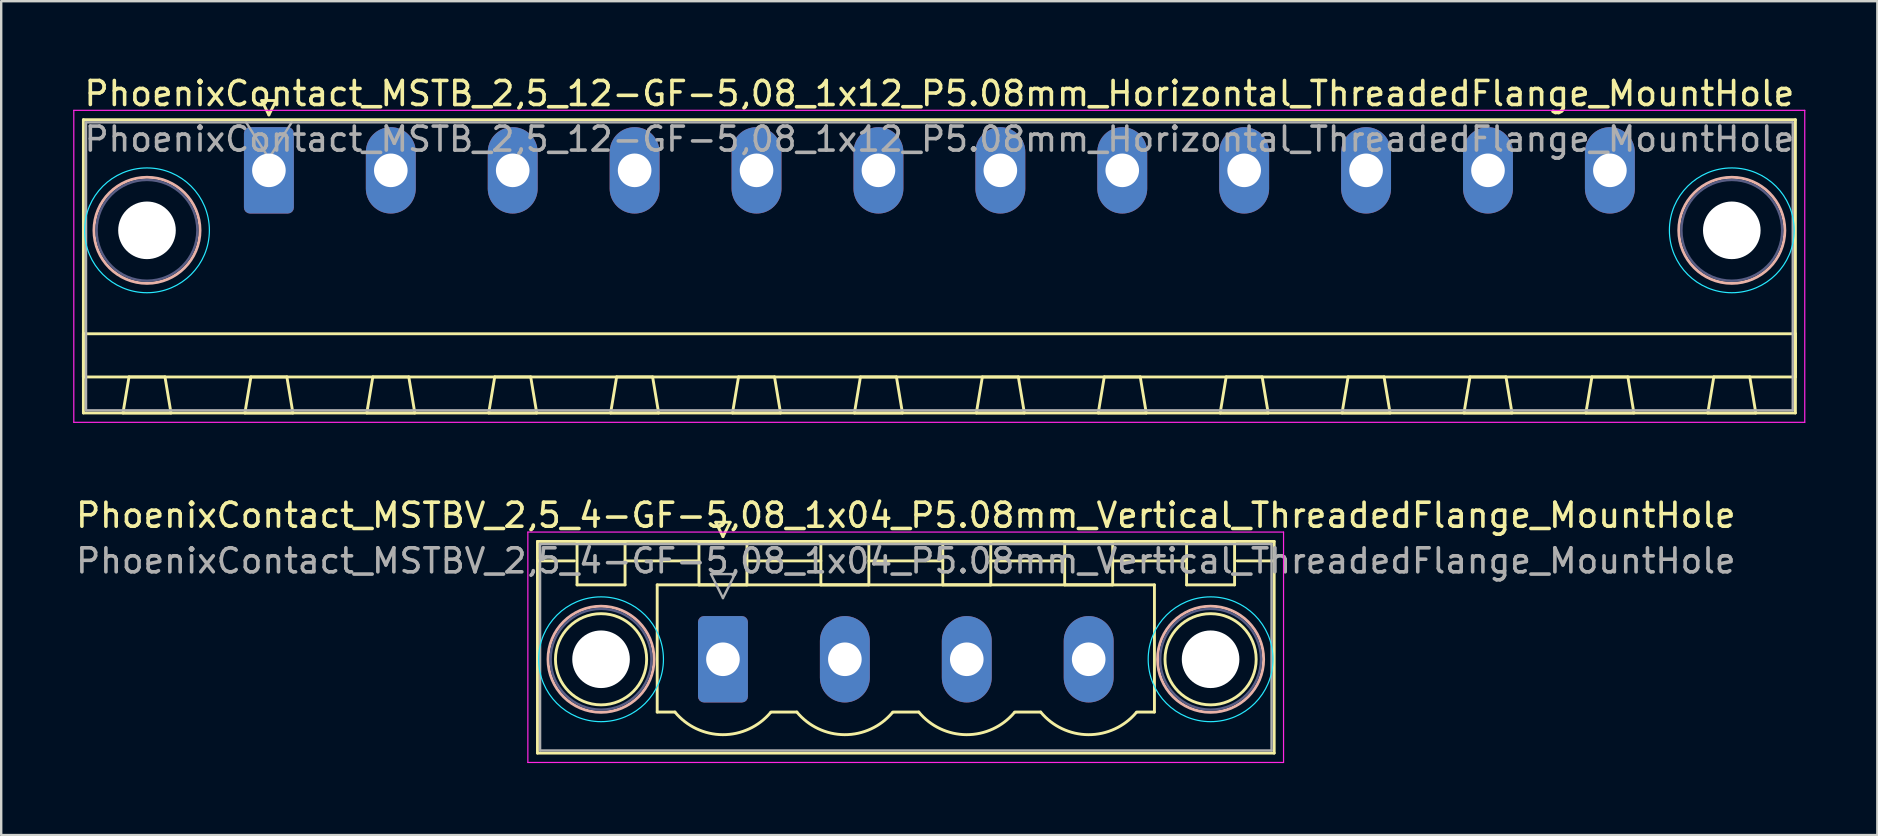
<source format=kicad_pcb>
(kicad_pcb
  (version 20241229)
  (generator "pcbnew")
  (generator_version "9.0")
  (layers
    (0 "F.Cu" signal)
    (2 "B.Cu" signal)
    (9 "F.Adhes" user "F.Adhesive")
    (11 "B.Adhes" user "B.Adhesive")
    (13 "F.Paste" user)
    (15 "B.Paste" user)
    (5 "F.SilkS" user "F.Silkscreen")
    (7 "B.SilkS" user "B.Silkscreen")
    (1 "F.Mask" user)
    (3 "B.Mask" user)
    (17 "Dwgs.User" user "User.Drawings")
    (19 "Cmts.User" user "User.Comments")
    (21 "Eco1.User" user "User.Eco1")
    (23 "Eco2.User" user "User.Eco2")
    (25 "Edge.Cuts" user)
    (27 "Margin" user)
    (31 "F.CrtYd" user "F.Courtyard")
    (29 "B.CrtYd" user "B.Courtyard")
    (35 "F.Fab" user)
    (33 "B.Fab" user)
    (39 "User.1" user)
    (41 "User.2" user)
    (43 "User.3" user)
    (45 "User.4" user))
  (footprint "PhoenixContact_MSTB_2,5_12-GF-5,08_1x12_P5.08mm_Horizontal_ThreadedFlange_MountHole"
    (layer "F.Cu")
    (at 8.155 4.048)
    (property "Reference" "PhoenixContact_MSTB_2,5_12-GF-5,08_1x12_P5.08mm_Horizontal_ThreadedFlange_MountHole" (at 27.94 -3.2 0) (layer "F.SilkS") (effects (font (size 1 1) (thickness 0.15))))
    (attr through_hole)
    (fp_line (start -7.73 -2.11) (end -7.73 10.11) (stroke (width 0.12) (type solid)) (layer "F.SilkS"))
    (fp_line (start -7.73 6.81) (end 63.61 6.81) (stroke (width 0.12) (type solid)) (layer "F.SilkS"))
    (fp_line (start -7.73 8.61) (end -7.73 6.81) (stroke (width 0.12) (type solid)) (layer "F.SilkS"))
    (fp_line (start -7.73 10.11) (end 63.61 10.11) (stroke (width 0.12) (type solid)) (layer "F.SilkS"))
    (fp_line (start -6.08 10.11) (end -4.08 10.11) (stroke (width 0.12) (type solid)) (layer "F.SilkS"))
    (fp_line (start -5.83 8.61) (end -6.08 10.11) (stroke (width 0.12) (type solid)) (layer "F.SilkS"))
    (fp_line (start -4.33 8.61) (end -5.83 8.61) (stroke (width 0.12) (type solid)) (layer "F.SilkS"))
    (fp_line (start -4.08 10.11) (end -4.33 8.61) (stroke (width 0.12) (type solid)) (layer "F.SilkS"))
    (fp_line (start -1 10.11) (end 1 10.11) (stroke (width 0.12) (type solid)) (layer "F.SilkS"))
    (fp_line (start -0.75 8.61) (end -1 10.11) (stroke (width 0.12) (type solid)) (layer "F.SilkS"))
    (fp_line (start -0.3 -2.91) (end 0.3 -2.91) (stroke (width 0.12) (type solid)) (layer "F.SilkS"))
    (fp_line (start 0 -2.31) (end -0.3 -2.91) (stroke (width 0.12) (type solid)) (layer "F.SilkS"))
    (fp_line (start 0.3 -2.91) (end 0 -2.31) (stroke (width 0.12) (type solid)) (layer "F.SilkS"))
    (fp_line (start 0.75 8.61) (end -0.75 8.61) (stroke (width 0.12) (type solid)) (layer "F.SilkS"))
    (fp_line (start 1 10.11) (end 0.75 8.61) (stroke (width 0.12) (type solid)) (layer "F.SilkS"))
    (fp_line (start 4.08 10.11) (end 6.08 10.11) (stroke (width 0.12) (type solid)) (layer "F.SilkS"))
    (fp_line (start 4.33 8.61) (end 4.08 10.11) (stroke (width 0.12) (type solid)) (layer "F.SilkS"))
    (fp_line (start 5.83 8.61) (end 4.33 8.61) (stroke (width 0.12) (type solid)) (layer "F.SilkS"))
    (fp_line (start 6.08 10.11) (end 5.83 8.61) (stroke (width 0.12) (type solid)) (layer "F.SilkS"))
    (fp_line (start 9.16 10.11) (end 11.16 10.11) (stroke (width 0.12) (type solid)) (layer "F.SilkS"))
    (fp_line (start 9.41 8.61) (end 9.16 10.11) (stroke (width 0.12) (type solid)) (layer "F.SilkS"))
    (fp_line (start 10.91 8.61) (end 9.41 8.61) (stroke (width 0.12) (type solid)) (layer "F.SilkS"))
    (fp_line (start 11.16 10.11) (end 10.91 8.61) (stroke (width 0.12) (type solid)) (layer "F.SilkS"))
    (fp_line (start 14.24 10.11) (end 16.24 10.11) (stroke (width 0.12) (type solid)) (layer "F.SilkS"))
    (fp_line (start 14.49 8.61) (end 14.24 10.11) (stroke (width 0.12) (type solid)) (layer "F.SilkS"))
    (fp_line (start 15.99 8.61) (end 14.49 8.61) (stroke (width 0.12) (type solid)) (layer "F.SilkS"))
    (fp_line (start 16.24 10.11) (end 15.99 8.61) (stroke (width 0.12) (type solid)) (layer "F.SilkS"))
    (fp_line (start 19.32 10.11) (end 21.32 10.11) (stroke (width 0.12) (type solid)) (layer "F.SilkS"))
    (fp_line (start 19.57 8.61) (end 19.32 10.11) (stroke (width 0.12) (type solid)) (layer "F.SilkS"))
    (fp_line (start 21.07 8.61) (end 19.57 8.61) (stroke (width 0.12) (type solid)) (layer "F.SilkS"))
    (fp_line (start 21.32 10.11) (end 21.07 8.61) (stroke (width 0.12) (type solid)) (layer "F.SilkS"))
    (fp_line (start 24.4 10.11) (end 26.4 10.11) (stroke (width 0.12) (type solid)) (layer "F.SilkS"))
    (fp_line (start 24.65 8.61) (end 24.4 10.11) (stroke (width 0.12) (type solid)) (layer "F.SilkS"))
    (fp_line (start 26.15 8.61) (end 24.65 8.61) (stroke (width 0.12) (type solid)) (layer "F.SilkS"))
    (fp_line (start 26.4 10.11) (end 26.15 8.61) (stroke (width 0.12) (type solid)) (layer "F.SilkS"))
    (fp_line (start 29.48 10.11) (end 31.48 10.11) (stroke (width 0.12) (type solid)) (layer "F.SilkS"))
    (fp_line (start 29.73 8.61) (end 29.48 10.11) (stroke (width 0.12) (type solid)) (layer "F.SilkS"))
    (fp_line (start 31.23 8.61) (end 29.73 8.61) (stroke (width 0.12) (type solid)) (layer "F.SilkS"))
    (fp_line (start 31.48 10.11) (end 31.23 8.61) (stroke (width 0.12) (type solid)) (layer "F.SilkS"))
    (fp_line (start 34.56 10.11) (end 36.56 10.11) (stroke (width 0.12) (type solid)) (layer "F.SilkS"))
    (fp_line (start 34.81 8.61) (end 34.56 10.11) (stroke (width 0.12) (type solid)) (layer "F.SilkS"))
    (fp_line (start 36.31 8.61) (end 34.81 8.61) (stroke (width 0.12) (type solid)) (layer "F.SilkS"))
    (fp_line (start 36.56 10.11) (end 36.31 8.61) (stroke (width 0.12) (type solid)) (layer "F.SilkS"))
    (fp_line (start 39.64 10.11) (end 41.64 10.11) (stroke (width 0.12) (type solid)) (layer "F.SilkS"))
    (fp_line (start 39.89 8.61) (end 39.64 10.11) (stroke (width 0.12) (type solid)) (layer "F.SilkS"))
    (fp_line (start 41.39 8.61) (end 39.89 8.61) (stroke (width 0.12) (type solid)) (layer "F.SilkS"))
    (fp_line (start 41.64 10.11) (end 41.39 8.61) (stroke (width 0.12) (type solid)) (layer "F.SilkS"))
    (fp_line (start 44.72 10.11) (end 46.72 10.11) (stroke (width 0.12) (type solid)) (layer "F.SilkS"))
    (fp_line (start 44.97 8.61) (end 44.72 10.11) (stroke (width 0.12) (type solid)) (layer "F.SilkS"))
    (fp_line (start 46.47 8.61) (end 44.97 8.61) (stroke (width 0.12) (type solid)) (layer "F.SilkS"))
    (fp_line (start 46.72 10.11) (end 46.47 8.61) (stroke (width 0.12) (type solid)) (layer "F.SilkS"))
    (fp_line (start 49.8 10.11) (end 51.8 10.11) (stroke (width 0.12) (type solid)) (layer "F.SilkS"))
    (fp_line (start 50.05 8.61) (end 49.8 10.11) (stroke (width 0.12) (type solid)) (layer "F.SilkS"))
    (fp_line (start 51.55 8.61) (end 50.05 8.61) (stroke (width 0.12) (type solid)) (layer "F.SilkS"))
    (fp_line (start 51.8 10.11) (end 51.55 8.61) (stroke (width 0.12) (type solid)) (layer "F.SilkS"))
    (fp_line (start 54.88 10.11) (end 56.88 10.11) (stroke (width 0.12) (type solid)) (layer "F.SilkS"))
    (fp_line (start 55.13 8.61) (end 54.88 10.11) (stroke (width 0.12) (type solid)) (layer "F.SilkS"))
    (fp_line (start 56.63 8.61) (end 55.13 8.61) (stroke (width 0.12) (type solid)) (layer "F.SilkS"))
    (fp_line (start 56.88 10.11) (end 56.63 8.61) (stroke (width 0.12) (type solid)) (layer "F.SilkS"))
    (fp_line (start 59.96 10.11) (end 61.96 10.11) (stroke (width 0.12) (type solid)) (layer "F.SilkS"))
    (fp_line (start 60.21 8.61) (end 59.96 10.11) (stroke (width 0.12) (type solid)) (layer "F.SilkS"))
    (fp_line (start 61.71 8.61) (end 60.21 8.61) (stroke (width 0.12) (type solid)) (layer "F.SilkS"))
    (fp_line (start 61.96 10.11) (end 61.71 8.61) (stroke (width 0.12) (type solid)) (layer "F.SilkS"))
    (fp_line (start 63.61 -2.11) (end -7.73 -2.11) (stroke (width 0.12) (type solid)) (layer "F.SilkS"))
    (fp_line (start 63.61 6.81) (end 63.61 8.61) (stroke (width 0.12) (type solid)) (layer "F.SilkS"))
    (fp_line (start 63.61 8.61) (end -7.73 8.61) (stroke (width 0.12) (type solid)) (layer "F.SilkS"))
    (fp_line (start 63.61 10.11) (end 63.61 -2.11) (stroke (width 0.12) (type solid)) (layer "F.SilkS"))
    (fp_circle (center -5.08 2.5) (end -2.87 2.5) (stroke (width 0.12) (type solid)) (fill no) (layer "B.SilkS"))
    (fp_circle (center 60.96 2.5) (end 63.17 2.5) (stroke (width 0.12) (type solid)) (fill no) (layer "B.SilkS"))
    (fp_circle (center -5.08 2.5) (end -2.48 2.5) (stroke (width 0.05) (type solid)) (fill no) (layer "B.CrtYd"))
    (fp_circle (center 60.96 2.5) (end 63.56 2.5) (stroke (width 0.05) (type solid)) (fill no) (layer "B.CrtYd"))
    (fp_line (start -8.13 -2.5) (end -8.13 10.5) (stroke (width 0.05) (type solid)) (layer "F.CrtYd"))
    (fp_line (start -8.13 10.5) (end 64 10.5) (stroke (width 0.05) (type solid)) (layer "F.CrtYd"))
    (fp_line (start 64 -2.5) (end -8.13 -2.5) (stroke (width 0.05) (type solid)) (layer "F.CrtYd"))
    (fp_line (start 64 10.5) (end 64 -2.5) (stroke (width 0.05) (type solid)) (layer "F.CrtYd"))
    (fp_circle (center -5.08 2.5) (end -2.98 2.5) (stroke (width 0.1) (type solid)) (fill no) (layer "B.Fab"))
    (fp_circle (center 60.96 2.5) (end 63.06 2.5) (stroke (width 0.1) (type solid)) (fill no) (layer "B.Fab"))
    (fp_line (start -7.62 -2) (end -7.62 10) (stroke (width 0.1) (type solid)) (layer "F.Fab"))
    (fp_line (start -7.62 10) (end 63.5 10) (stroke (width 0.1) (type solid)) (layer "F.Fab"))
    (fp_line (start 0 -0.5) (end -0.95 -2) (stroke (width 0.1) (type solid)) (layer "F.Fab"))
    (fp_line (start 0.95 -2) (end 0 -0.5) (stroke (width 0.1) (type solid)) (layer "F.Fab"))
    (fp_line (start 63.5 -2) (end -7.62 -2) (stroke (width 0.1) (type solid)) (layer "F.Fab"))
    (fp_line (start 63.5 10) (end 63.5 -2) (stroke (width 0.1) (type solid)) (layer "F.Fab"))
    (fp_text user "${REFERENCE}" (at 27.94 -1.3 0) (layer "F.Fab") (effects (font (size 1 1) (thickness 0.15))))
    (pad "" np_thru_hole circle (at -5.08 2.5) (size 2.4 2.4) (drill 2.4) (layers "*.Cu" "*.Mask"))
    (pad "" np_thru_hole circle (at 60.96 2.5) (size 2.4 2.4) (drill 2.4) (layers "*.Cu" "*.Mask"))
    (pad "1" thru_hole roundrect (at 0 0) (size 2.08 3.6) (drill 1.4) (layers "*.Cu" "*.Mask") (roundrect_rratio 0.12))
    (pad "2" thru_hole oval (at 5.08 0) (size 2.08 3.6) (drill 1.4) (layers "*.Cu" "*.Mask"))
    (pad "3" thru_hole oval (at 10.16 0) (size 2.08 3.6) (drill 1.4) (layers "*.Cu" "*.Mask"))
    (pad "4" thru_hole oval (at 15.24 0) (size 2.08 3.6) (drill 1.4) (layers "*.Cu" "*.Mask"))
    (pad "5" thru_hole oval (at 20.32 0) (size 2.08 3.6) (drill 1.4) (layers "*.Cu" "*.Mask"))
    (pad "6" thru_hole oval (at 25.4 0) (size 2.08 3.6) (drill 1.4) (layers "*.Cu" "*.Mask"))
    (pad "7" thru_hole oval (at 30.48 0) (size 2.08 3.6) (drill 1.4) (layers "*.Cu" "*.Mask"))
    (pad "8" thru_hole oval (at 35.56 0) (size 2.08 3.6) (drill 1.4) (layers "*.Cu" "*.Mask"))
    (pad "9" thru_hole oval (at 40.64 0) (size 2.08 3.6) (drill 1.4) (layers "*.Cu" "*.Mask"))
    (pad "10" thru_hole oval (at 45.72 0) (size 2.08 3.6) (drill 1.4) (layers "*.Cu" "*.Mask"))
    (pad "11" thru_hole oval (at 50.8 0) (size 2.08 3.6) (drill 1.4) (layers "*.Cu" "*.Mask"))
    (pad "12" thru_hole oval (at 55.88 0) (size 2.08 3.6) (drill 1.4) (layers "*.Cu" "*.Mask")))
  (footprint "PhoenixContact_MSTBV_2,5_4-GF-5,08_1x04_P5.08mm_Vertical_ThreadedFlange_MountHole"
    (layer "F.Cu")
    (at 27.076 24.422)
    (property "Reference" "PhoenixContact_MSTBV_2,5_4-GF-5,08_1x04_P5.08mm_Vertical_ThreadedFlange_MountHole" (at 7.62 -6 0) (layer "F.SilkS") (effects (font (size 1 1) (thickness 0.15))))
    (attr through_hole)
    (fp_line (start -7.73 -4.91) (end -7.73 3.91) (stroke (width 0.12) (type solid)) (layer "F.SilkS"))
    (fp_line (start -7.73 -4.1) (end -6.19 -4.1) (stroke (width 0.12) (type solid)) (layer "F.SilkS"))
    (fp_line (start -7.73 3.91) (end 22.97 3.91) (stroke (width 0.12) (type solid)) (layer "F.SilkS"))
    (fp_line (start -6.08 -4.91) (end -4.08 -4.91) (stroke (width 0.12) (type solid)) (layer "F.SilkS"))
    (fp_line (start -6.08 -3.1) (end -6.08 -4.91) (stroke (width 0.12) (type solid)) (layer "F.SilkS"))
    (fp_line (start -4.08 -4.91) (end -4.08 -3.1) (stroke (width 0.12) (type solid)) (layer "F.SilkS"))
    (fp_line (start -4.08 -4.1) (end -1 -4.1) (stroke (width 0.12) (type solid)) (layer "F.SilkS"))
    (fp_line (start -4.08 -3.1) (end -6.08 -3.1) (stroke (width 0.12) (type solid)) (layer "F.SilkS"))
    (fp_line (start -2.74 -3.1) (end 17.98 -3.1) (stroke (width 0.12) (type solid)) (layer "F.SilkS"))
    (fp_line (start -2.74 2.2) (end -2.74 -3.1) (stroke (width 0.12) (type solid)) (layer "F.SilkS"))
    (fp_line (start -2 2.2) (end -2.74 2.2) (stroke (width 0.12) (type solid)) (layer "F.SilkS"))
    (fp_line (start -1 -4.91) (end 1 -4.91) (stroke (width 0.12) (type solid)) (layer "F.SilkS"))
    (fp_line (start -1 -3.1) (end -1 -4.91) (stroke (width 0.12) (type solid)) (layer "F.SilkS"))
    (fp_line (start -0.3 -5.71) (end 0.3 -5.71) (stroke (width 0.12) (type solid)) (layer "F.SilkS"))
    (fp_line (start 0 -5.11) (end -0.3 -5.71) (stroke (width 0.12) (type solid)) (layer "F.SilkS"))
    (fp_line (start 0.3 -5.71) (end 0 -5.11) (stroke (width 0.12) (type solid)) (layer "F.SilkS"))
    (fp_line (start 1 -4.91) (end 1 -3.1) (stroke (width 0.12) (type solid)) (layer "F.SilkS"))
    (fp_line (start 1 -4.1) (end 4.08 -4.1) (stroke (width 0.12) (type solid)) (layer "F.SilkS"))
    (fp_line (start 1 -3.1) (end -1 -3.1) (stroke (width 0.12) (type solid)) (layer "F.SilkS"))
    (fp_line (start 2 2.2) (end 3.08 2.2) (stroke (width 0.12) (type solid)) (layer "F.SilkS"))
    (fp_line (start 4.08 -4.91) (end 6.08 -4.91) (stroke (width 0.12) (type solid)) (layer "F.SilkS"))
    (fp_line (start 4.08 -3.1) (end 4.08 -4.91) (stroke (width 0.12) (type solid)) (layer "F.SilkS"))
    (fp_line (start 6.08 -4.91) (end 6.08 -3.1) (stroke (width 0.12) (type solid)) (layer "F.SilkS"))
    (fp_line (start 6.08 -4.1) (end 9.16 -4.1) (stroke (width 0.12) (type solid)) (layer "F.SilkS"))
    (fp_line (start 6.08 -3.1) (end 4.08 -3.1) (stroke (width 0.12) (type solid)) (layer "F.SilkS"))
    (fp_line (start 7.08 2.2) (end 8.16 2.2) (stroke (width 0.12) (type solid)) (layer "F.SilkS"))
    (fp_line (start 9.16 -4.91) (end 11.16 -4.91) (stroke (width 0.12) (type solid)) (layer "F.SilkS"))
    (fp_line (start 9.16 -3.1) (end 9.16 -4.91) (stroke (width 0.12) (type solid)) (layer "F.SilkS"))
    (fp_line (start 11.16 -4.91) (end 11.16 -3.1) (stroke (width 0.12) (type solid)) (layer "F.SilkS"))
    (fp_line (start 11.16 -4.1) (end 14.24 -4.1) (stroke (width 0.12) (type solid)) (layer "F.SilkS"))
    (fp_line (start 11.16 -3.1) (end 9.16 -3.1) (stroke (width 0.12) (type solid)) (layer "F.SilkS"))
    (fp_line (start 12.16 2.2) (end 13.24 2.2) (stroke (width 0.12) (type solid)) (layer "F.SilkS"))
    (fp_line (start 14.24 -4.91) (end 16.24 -4.91) (stroke (width 0.12) (type solid)) (layer "F.SilkS"))
    (fp_line (start 14.24 -3.1) (end 14.24 -4.91) (stroke (width 0.12) (type solid)) (layer "F.SilkS"))
    (fp_line (start 16.24 -4.91) (end 16.24 -3.1) (stroke (width 0.12) (type solid)) (layer "F.SilkS"))
    (fp_line (start 16.24 -4.1) (end 19.32 -4.1) (stroke (width 0.12) (type solid)) (layer "F.SilkS"))
    (fp_line (start 16.24 -3.1) (end 14.24 -3.1) (stroke (width 0.12) (type solid)) (layer "F.SilkS"))
    (fp_line (start 17.98 -3.1) (end 17.98 2.2) (stroke (width 0.12) (type solid)) (layer "F.SilkS"))
    (fp_line (start 17.98 2.2) (end 17.24 2.2) (stroke (width 0.12) (type solid)) (layer "F.SilkS"))
    (fp_line (start 19.32 -4.91) (end 21.32 -4.91) (stroke (width 0.12) (type solid)) (layer "F.SilkS"))
    (fp_line (start 19.32 -3.1) (end 19.32 -4.91) (stroke (width 0.12) (type solid)) (layer "F.SilkS"))
    (fp_line (start 21.32 -4.91) (end 21.32 -3.1) (stroke (width 0.12) (type solid)) (layer "F.SilkS"))
    (fp_line (start 21.32 -3.1) (end 19.32 -3.1) (stroke (width 0.12) (type solid)) (layer "F.SilkS"))
    (fp_line (start 22.97 -4.91) (end -7.73 -4.91) (stroke (width 0.12) (type solid)) (layer "F.SilkS"))
    (fp_line (start 22.97 -4.1) (end 21.43 -4.1) (stroke (width 0.12) (type solid)) (layer "F.SilkS"))
    (fp_line (start 22.97 3.91) (end 22.97 -4.91) (stroke (width 0.12) (type solid)) (layer "F.SilkS"))
    (fp_arc (start 1.986842 2.215821) (mid -0.010289 3.142758) (end -2 2.2) (stroke (width 0.12) (type solid)) (layer "F.SilkS"))
    (fp_arc (start 7.066842 2.215821) (mid 5.069711 3.142758) (end 3.08 2.2) (stroke (width 0.12) (type solid)) (layer "F.SilkS"))
    (fp_arc (start 12.146842 2.215821) (mid 10.149711 3.142758) (end 8.16 2.2) (stroke (width 0.12) (type solid)) (layer "F.SilkS"))
    (fp_arc (start 17.226842 2.215821) (mid 15.229711 3.142758) (end 13.24 2.2) (stroke (width 0.12) (type solid)) (layer "F.SilkS"))
    (fp_circle (center -5.08 0) (end -3.18 0) (stroke (width 0.12) (type solid)) (fill no) (layer "F.SilkS"))
    (fp_circle (center 20.32 0) (end 22.22 0) (stroke (width 0.12) (type solid)) (fill no) (layer "F.SilkS"))
    (fp_circle (center -5.08 0) (end -2.87 0) (stroke (width 0.12) (type solid)) (fill no) (layer "B.SilkS"))
    (fp_circle (center 20.32 0) (end 22.53 0) (stroke (width 0.12) (type solid)) (fill no) (layer "B.SilkS"))
    (fp_circle (center -5.08 0) (end -2.48 0) (stroke (width 0.05) (type solid)) (fill no) (layer "B.CrtYd"))
    (fp_circle (center 20.32 0) (end 22.92 0) (stroke (width 0.05) (type solid)) (fill no) (layer "B.CrtYd"))
    (fp_line (start -8.13 -5.3) (end -8.13 4.3) (stroke (width 0.05) (type solid)) (layer "F.CrtYd"))
    (fp_line (start -8.13 4.3) (end 23.36 4.3) (stroke (width 0.05) (type solid)) (layer "F.CrtYd"))
    (fp_line (start 23.36 -5.3) (end -8.13 -5.3) (stroke (width 0.05) (type solid)) (layer "F.CrtYd"))
    (fp_line (start 23.36 4.3) (end 23.36 -5.3) (stroke (width 0.05) (type solid)) (layer "F.CrtYd"))
    (fp_circle (center -5.08 0) (end -2.98 0) (stroke (width 0.1) (type solid)) (fill no) (layer "B.Fab"))
    (fp_circle (center 20.32 0) (end 22.42 0) (stroke (width 0.1) (type solid)) (fill no) (layer "B.Fab"))
    (fp_line (start -7.62 -4.8) (end -7.62 3.8) (stroke (width 0.1) (type solid)) (layer "F.Fab"))
    (fp_line (start -7.62 3.8) (end 22.86 3.8) (stroke (width 0.1) (type solid)) (layer "F.Fab"))
    (fp_line (start -0.5 -3.55) (end 0.5 -3.55) (stroke (width 0.1) (type solid)) (layer "F.Fab"))
    (fp_line (start 0 -2.55) (end -0.5 -3.55) (stroke (width 0.1) (type solid)) (layer "F.Fab"))
    (fp_line (start 0.5 -3.55) (end 0 -2.55) (stroke (width 0.1) (type solid)) (layer "F.Fab"))
    (fp_line (start 22.86 -4.8) (end -7.62 -4.8) (stroke (width 0.1) (type solid)) (layer "F.Fab"))
    (fp_line (start 22.86 3.8) (end 22.86 -4.8) (stroke (width 0.1) (type solid)) (layer "F.Fab"))
    (fp_text user "${REFERENCE}" (at 7.62 -4.1 0) (layer "F.Fab") (effects (font (size 1 1) (thickness 0.15))))
    (pad "" np_thru_hole circle (at -5.08 0) (size 2.4 2.4) (drill 2.4) (layers "*.Cu" "*.Mask"))
    (pad "" np_thru_hole circle (at 20.32 0) (size 2.4 2.4) (drill 2.4) (layers "*.Cu" "*.Mask"))
    (pad "1" thru_hole roundrect (at 0 0) (size 2.08 3.6) (drill 1.4) (layers "*.Cu" "*.Mask") (roundrect_rratio 0.12))
    (pad "2" thru_hole oval (at 5.08 0) (size 2.08 3.6) (drill 1.4) (layers "*.Cu" "*.Mask"))
    (pad "3" thru_hole oval (at 10.16 0) (size 2.08 3.6) (drill 1.4) (layers "*.Cu" "*.Mask"))
    (pad "4" thru_hole oval (at 15.24 0) (size 2.08 3.6) (drill 1.4) (layers "*.Cu" "*.Mask")))
  (gr_rect
    (start -3 -3)
    (end 75.18 31.747)
    (stroke (width 0.1) (type default))
    (fill no)
    (layer "Edge.Cuts")))
</source>
